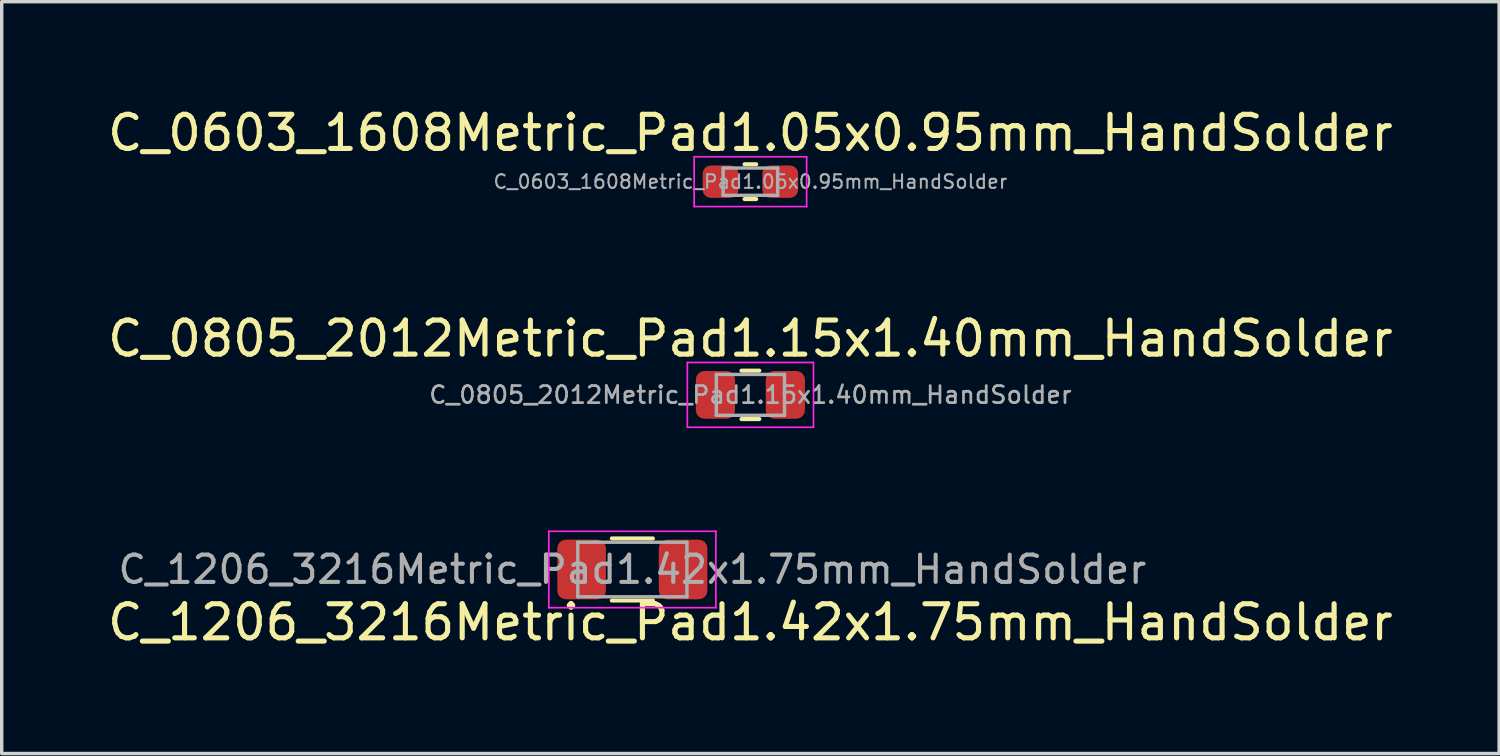
<source format=kicad_pcb>
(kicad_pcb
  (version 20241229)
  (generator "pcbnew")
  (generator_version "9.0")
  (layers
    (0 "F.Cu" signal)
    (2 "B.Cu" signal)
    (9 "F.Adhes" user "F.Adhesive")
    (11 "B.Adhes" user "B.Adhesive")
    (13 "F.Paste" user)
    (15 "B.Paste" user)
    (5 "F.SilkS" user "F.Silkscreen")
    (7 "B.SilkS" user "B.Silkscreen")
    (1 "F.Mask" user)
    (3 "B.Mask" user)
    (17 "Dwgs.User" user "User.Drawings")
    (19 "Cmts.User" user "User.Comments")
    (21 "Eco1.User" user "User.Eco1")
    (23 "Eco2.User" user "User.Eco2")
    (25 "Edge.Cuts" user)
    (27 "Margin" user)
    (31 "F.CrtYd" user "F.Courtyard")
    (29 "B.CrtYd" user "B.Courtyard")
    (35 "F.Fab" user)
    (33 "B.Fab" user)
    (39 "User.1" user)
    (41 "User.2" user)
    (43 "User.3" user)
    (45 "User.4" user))
  (footprint "C_1206_3216Metric_Pad1.42x1.75mm_HandSolder"
    (layer "F.Cu")
    (at 15.496 13.652)
    (property "Reference" "C_1206_3216Metric_Pad1.42x1.75mm_HandSolder" (at 3.462 1.55 0) (layer "F.SilkS") (effects (font (size 1 1) (thickness 0.15))))
    (attr smd)
    (fp_line (start -0.602 -0.91) (end 0.602 -0.91) (stroke (width 0.12) (type solid)) (layer "F.SilkS"))
    (fp_line (start -0.602 0.91) (end 0.602 0.91) (stroke (width 0.12) (type solid)) (layer "F.SilkS"))
    (fp_line (start -2.45 -1.12) (end 2.45 -1.12) (stroke (width 0.05) (type solid)) (layer "F.CrtYd"))
    (fp_line (start -2.45 1.12) (end -2.45 -1.12) (stroke (width 0.05) (type solid)) (layer "F.CrtYd"))
    (fp_line (start 2.45 -1.12) (end 2.45 1.12) (stroke (width 0.05) (type solid)) (layer "F.CrtYd"))
    (fp_line (start 2.45 1.12) (end -2.45 1.12) (stroke (width 0.05) (type solid)) (layer "F.CrtYd"))
    (fp_line (start -1.6 -0.8) (end 1.6 -0.8) (stroke (width 0.1) (type solid)) (layer "F.Fab"))
    (fp_line (start -1.6 0.8) (end -1.6 -0.8) (stroke (width 0.1) (type solid)) (layer "F.Fab"))
    (fp_line (start 1.6 -0.8) (end 1.6 0.8) (stroke (width 0.1) (type solid)) (layer "F.Fab"))
    (fp_line (start 1.6 0.8) (end -1.6 0.8) (stroke (width 0.1) (type solid)) (layer "F.Fab"))
    (fp_text user "${REFERENCE}" (at 0 0 0) (layer "F.Fab") (effects (font (size 0.8 0.8) (thickness 0.12))))
    (pad "1" smd roundrect (at -1.488 0) (size 1.425 1.75) (layers "F.Cu" "F.Mask" "F.Paste") (roundrect_rratio 0.175))
    (pad "2" smd roundrect (at 1.488 0) (size 1.425 1.75) (layers "F.Cu" "F.Mask" "F.Paste") (roundrect_rratio 0.175)))
  (footprint "C_0805_2012Metric_Pad1.15x1.40mm_HandSolder"
    (placed yes)
    (layer "F.Cu")
    (at 18.958 8.531)
    (property "Reference" "C_0805_2012Metric_Pad1.15x1.40mm_HandSolder" (at 0 -1.65 0) (layer "F.SilkS") (effects (font (size 1 1) (thickness 0.15))))
    (attr smd)
    (fp_line (start -0.261 -0.71) (end 0.261 -0.71) (stroke (width 0.12) (type solid)) (layer "F.SilkS"))
    (fp_line (start -0.261 0.71) (end 0.261 0.71) (stroke (width 0.12) (type solid)) (layer "F.SilkS"))
    (fp_line (start -1.85 -0.95) (end 1.85 -0.95) (stroke (width 0.05) (type solid)) (layer "F.CrtYd"))
    (fp_line (start -1.85 0.95) (end -1.85 -0.95) (stroke (width 0.05) (type solid)) (layer "F.CrtYd"))
    (fp_line (start 1.85 -0.95) (end 1.85 0.95) (stroke (width 0.05) (type solid)) (layer "F.CrtYd"))
    (fp_line (start 1.85 0.95) (end -1.85 0.95) (stroke (width 0.05) (type solid)) (layer "F.CrtYd"))
    (fp_line (start -1 -0.6) (end 1 -0.6) (stroke (width 0.1) (type solid)) (layer "F.Fab"))
    (fp_line (start -1 0.6) (end -1 -0.6) (stroke (width 0.1) (type solid)) (layer "F.Fab"))
    (fp_line (start 1 -0.6) (end 1 0.6) (stroke (width 0.1) (type solid)) (layer "F.Fab"))
    (fp_line (start 1 0.6) (end -1 0.6) (stroke (width 0.1) (type solid)) (layer "F.Fab"))
    (fp_text user "${REFERENCE}" (at 0 0 0) (layer "F.Fab") (effects (font (size 0.5 0.5) (thickness 0.08))))
    (pad "1" smd roundrect (at -1.025 0) (size 1.15 1.4) (layers "F.Cu" "F.Mask" "F.Paste") (roundrect_rratio 0.217))
    (pad "2" smd roundrect (at 1.025 0) (size 1.15 1.4) (layers "F.Cu" "F.Mask" "F.Paste") (roundrect_rratio 0.217)))
  (footprint "C_0603_1608Metric_Pad1.05x0.95mm_HandSolder"
    (layer "F.Cu")
    (at 18.958 2.278)
    (property "Reference" "C_0603_1608Metric_Pad1.05x0.95mm_HandSolder" (at 0 -1.43 0) (layer "F.SilkS") (effects (font (size 1 1) (thickness 0.15))))
    (attr smd)
    (fp_line (start -0.171 -0.51) (end 0.171 -0.51) (stroke (width 0.12) (type solid)) (layer "F.SilkS"))
    (fp_line (start -0.171 0.51) (end 0.171 0.51) (stroke (width 0.12) (type solid)) (layer "F.SilkS"))
    (fp_line (start -1.65 -0.73) (end 1.65 -0.73) (stroke (width 0.05) (type solid)) (layer "F.CrtYd"))
    (fp_line (start -1.65 0.73) (end -1.65 -0.73) (stroke (width 0.05) (type solid)) (layer "F.CrtYd"))
    (fp_line (start 1.65 -0.73) (end 1.65 0.73) (stroke (width 0.05) (type solid)) (layer "F.CrtYd"))
    (fp_line (start 1.65 0.73) (end -1.65 0.73) (stroke (width 0.05) (type solid)) (layer "F.CrtYd"))
    (fp_line (start -0.8 -0.4) (end 0.8 -0.4) (stroke (width 0.1) (type solid)) (layer "F.Fab"))
    (fp_line (start -0.8 0.4) (end -0.8 -0.4) (stroke (width 0.1) (type solid)) (layer "F.Fab"))
    (fp_line (start 0.8 -0.4) (end 0.8 0.4) (stroke (width 0.1) (type solid)) (layer "F.Fab"))
    (fp_line (start 0.8 0.4) (end -0.8 0.4) (stroke (width 0.1) (type solid)) (layer "F.Fab"))
    (fp_text user "${REFERENCE}" (at 0 0 0) (layer "F.Fab") (effects (font (size 0.4 0.4) (thickness 0.06))))
    (pad "1" smd roundrect (at -0.875 0) (size 1.05 0.95) (layers "F.Cu" "F.Mask" "F.Paste") (roundrect_rratio 0.25))
    (pad "2" smd roundrect (at 0.875 0) (size 1.05 0.95) (layers "F.Cu" "F.Mask" "F.Paste") (roundrect_rratio 0.25)))
  (gr_rect
    (start -3 -3)
    (end 40.917 19.05)
    (stroke (width 0.1) (type default))
    (fill no)
    (layer "Edge.Cuts")))
</source>
